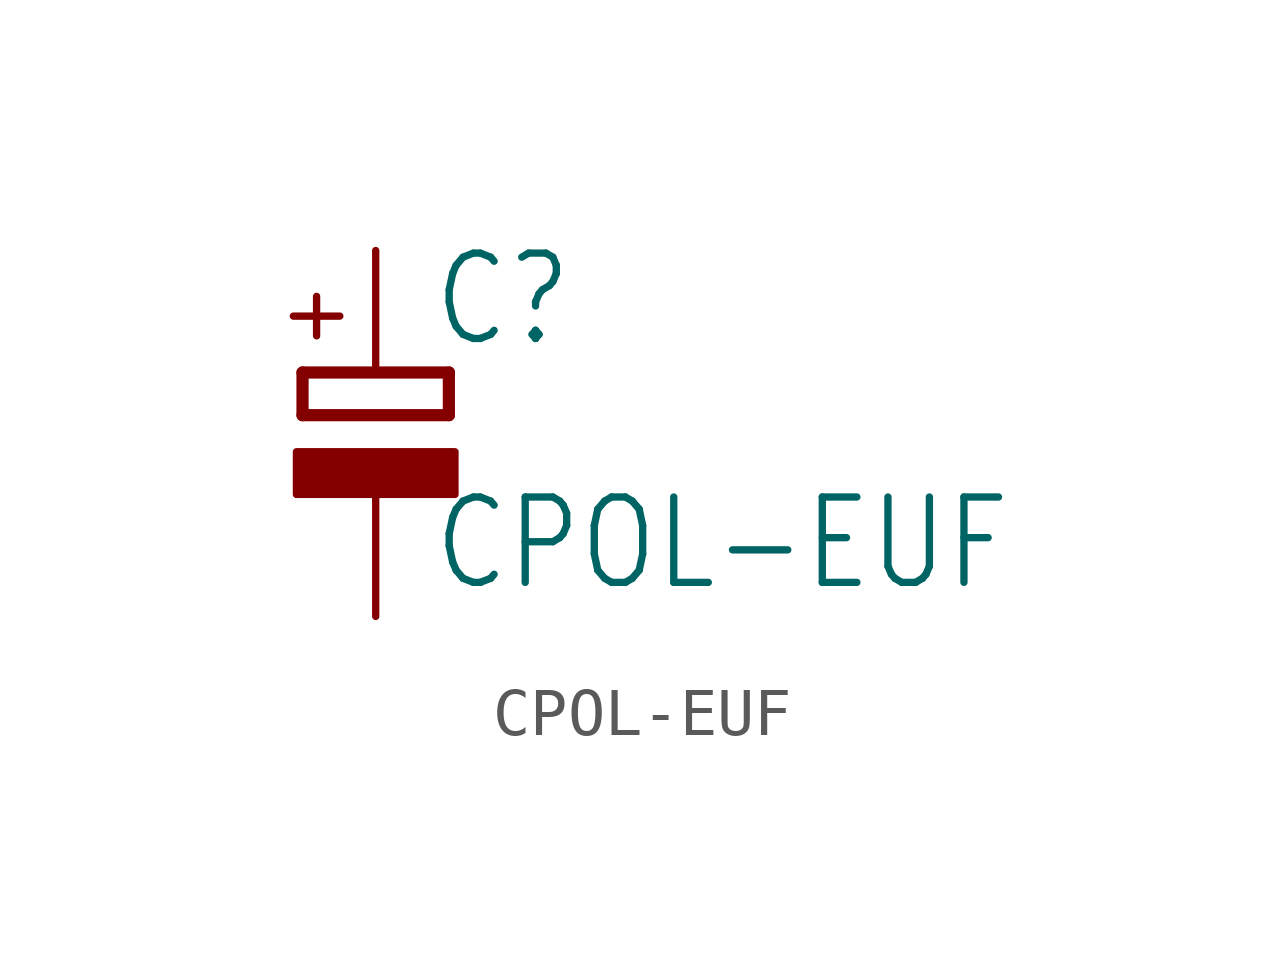
<source format=kicad_sym>
(kicad_symbol_lib
  (version 20211014)
  (generator kicad_symbol_editor)
  (symbol "CPOL-EUF"
    (property "Reference" "C"
      (at 1.143 0.483 0)
      (effects (font (size 1.778 1.511)) (justify left bottom)))
    (property "Value" "CPOL-EUF"
      (at 1.143 -4.597 0)
      (effects (font (size 1.778 1.511)) (justify left bottom)))
    (property "ki_locked" ""
      (at 0 0 0)
      (effects (font (size 1.27 1.27))))
    (symbol "CPOL-EUF_1_0"
      (rectangle (start -1.651 -2.54) (end 1.651 -1.651) (stroke (width 0) (type default) (color 0 0 0 0)) (fill (type outline)))
      (polyline (pts (xy -1.524 -0.889) (xy 1.524 -0.889)) (stroke (width 0.254) (type default) (color 0 0 0 0)) (fill (type none)))
      (polyline (pts (xy -1.524 0) (xy -1.524 -0.889)) (stroke (width 0.254) (type default) (color 0 0 0 0)) (fill (type none)))
      (polyline (pts (xy -1.524 0) (xy 1.524 0)) (stroke (width 0.254) (type default) (color 0 0 0 0)) (fill (type none)))
      (polyline (pts (xy 1.524 -0.889) (xy 1.524 0)) (stroke (width 0.254) (type default) (color 0 0 0 0)) (fill (type none)))
      (text "+" (at -0.584 0.406 900) (effects (font (size 1.27 1.079)) (justify left bottom)))
      (pin passive line (at 0 2.54 270) (length 2.54) (name "+" (effects (font (size 0 0)))) (number "+" (effects (font (size 0 0)))))
      (pin passive line (at 0 -5.08 90) (length 2.54) (name "-" (effects (font (size 0 0)))) (number "-" (effects (font (size 0 0))))))))
</source>
